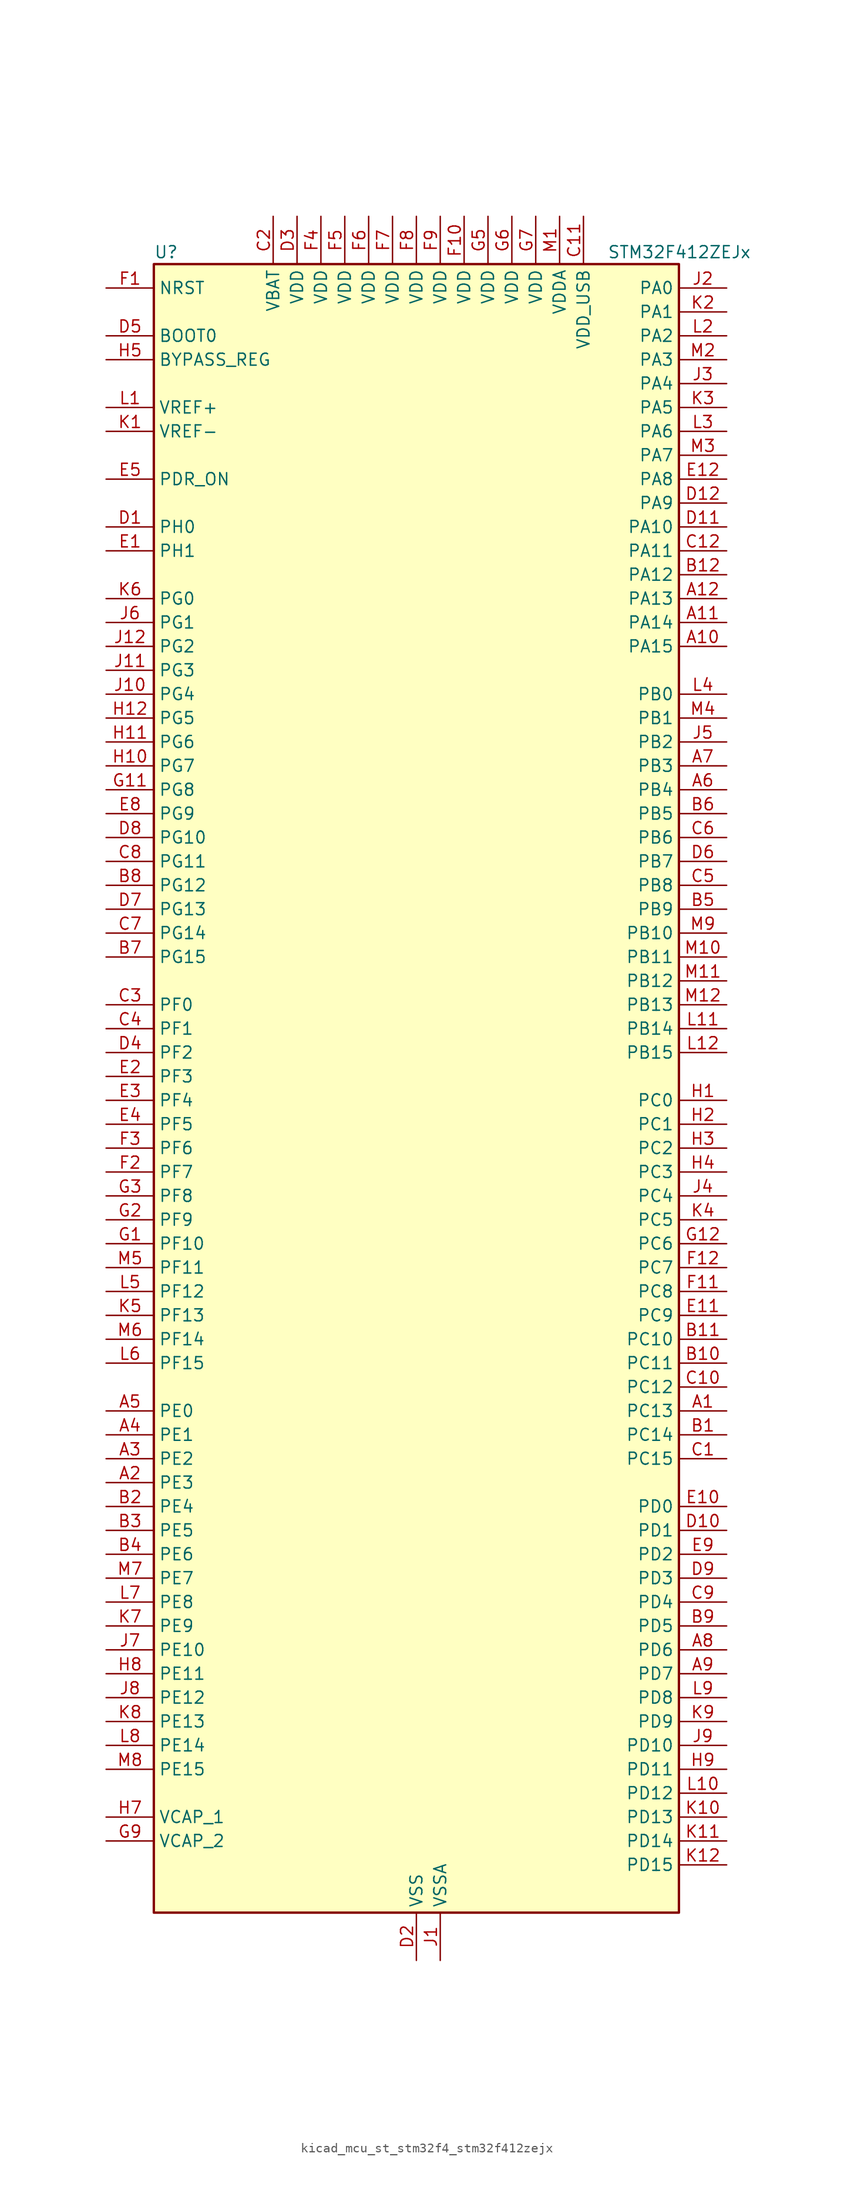
<source format=kicad_sym>
(kicad_symbol_lib
  (version 20220914)
  (generator kicad_symbol_editor)
  (symbol "kicad_mcu_st_stm32f4_stm32f412zejx"
    (property "Reference" "U"
      (at -27.94 90.17 0)
      (effects (font (size 1.27 1.27)) (justify left)))
    (property "Value" "STM32F412ZEJx"
      (at 20.32 90.17 0)
      (effects (font (size 1.27 1.27)) (justify left)))
    (property "ki_locked" ""
      (at 0 0 0)
      (effects (font (size 1.27 1.27))))
    (symbol "kicad_mcu_st_stm32f4_stm32f412zejx_0_1"
      (rectangle (start -27.94 -86.36) (end 27.94 88.9) (stroke (width 0.254) (type default)) (fill (type background))))
    (symbol "kicad_mcu_st_stm32f4_stm32f412zejx_1_1"
      (pin bidirectional line (at 33.02 -33.02 180) (length 5.08) (name "PC13" (effects (font (size 1.27 1.27)))) (number "A1" (effects (font (size 1.27 1.27)))) (alternate "RTC_AF1" bidirectional line))
      (pin bidirectional line (at 33.02 48.26 180) (length 5.08) (name "PA15" (effects (font (size 1.27 1.27)))) (number "A10" (effects (font (size 1.27 1.27)))) (alternate "ADC1_EXTI15" bidirectional line) (alternate "I2S1_WS" bidirectional line) (alternate "I2S3_WS" bidirectional line) (alternate "SPI1_NSS" bidirectional line) (alternate "SPI3_NSS" bidirectional line) (alternate "SYS_JTDI" bidirectional line) (alternate "TIM2_CH1" bidirectional line) (alternate "TIM2_ETR" bidirectional line) (alternate "USART1_TX" bidirectional line))
      (pin bidirectional line (at 33.02 50.8 180) (length 5.08) (name "PA14" (effects (font (size 1.27 1.27)))) (number "A11" (effects (font (size 1.27 1.27)))) (alternate "SYS_JTCK-SWCLK" bidirectional line))
      (pin bidirectional line (at 33.02 53.34 180) (length 5.08) (name "PA13" (effects (font (size 1.27 1.27)))) (number "A12" (effects (font (size 1.27 1.27)))) (alternate "SYS_JTMS-SWDIO" bidirectional line))
      (pin bidirectional line (at -33.02 -40.64 0) (length 5.08) (name "PE3" (effects (font (size 1.27 1.27)))) (number "A2" (effects (font (size 1.27 1.27)))) (alternate "FSMC_A19" bidirectional line) (alternate "SYS_TRACED0" bidirectional line))
      (pin bidirectional line (at -33.02 -38.1 0) (length 5.08) (name "PE2" (effects (font (size 1.27 1.27)))) (number "A3" (effects (font (size 1.27 1.27)))) (alternate "FSMC_A23" bidirectional line) (alternate "I2S4_CK" bidirectional line) (alternate "I2S5_CK" bidirectional line) (alternate "QUADSPI_BK1_IO2" bidirectional line) (alternate "SPI4_SCK" bidirectional line) (alternate "SPI5_SCK" bidirectional line) (alternate "SYS_TRACECLK" bidirectional line))
      (pin bidirectional line (at -33.02 -35.56 0) (length 5.08) (name "PE1" (effects (font (size 1.27 1.27)))) (number "A4" (effects (font (size 1.27 1.27)))) (alternate "FSMC_NBL1" bidirectional line))
      (pin bidirectional line (at -33.02 -33.02 0) (length 5.08) (name "PE0" (effects (font (size 1.27 1.27)))) (number "A5" (effects (font (size 1.27 1.27)))) (alternate "FSMC_NBL0" bidirectional line) (alternate "TIM4_ETR" bidirectional line))
      (pin bidirectional line (at 33.02 33.02 180) (length 5.08) (name "PB4" (effects (font (size 1.27 1.27)))) (number "A6" (effects (font (size 1.27 1.27)))) (alternate "I2C3_SDA" bidirectional line) (alternate "I2S3_ext_SD" bidirectional line) (alternate "SDIO_D0" bidirectional line) (alternate "SPI1_MISO" bidirectional line) (alternate "SPI3_MISO" bidirectional line) (alternate "SYS_JTRST" bidirectional line) (alternate "TIM3_CH1" bidirectional line))
      (pin bidirectional line (at 33.02 35.56 180) (length 5.08) (name "PB3" (effects (font (size 1.27 1.27)))) (number "A7" (effects (font (size 1.27 1.27)))) (alternate "FMPI2C1_SDA" bidirectional line) (alternate "I2C2_SDA" bidirectional line) (alternate "I2S1_CK" bidirectional line) (alternate "I2S3_CK" bidirectional line) (alternate "SPI1_SCK" bidirectional line) (alternate "SPI3_SCK" bidirectional line) (alternate "SYS_JTDO-SWO" bidirectional line) (alternate "TIM2_CH2" bidirectional line) (alternate "USART1_RX" bidirectional line))
      (pin bidirectional line (at 33.02 -58.42 180) (length 5.08) (name "PD6" (effects (font (size 1.27 1.27)))) (number "A8" (effects (font (size 1.27 1.27)))) (alternate "DFSDM1_DATIN1" bidirectional line) (alternate "FSMC_NWAIT" bidirectional line) (alternate "I2S3_SD" bidirectional line) (alternate "SPI3_MOSI" bidirectional line) (alternate "USART2_RX" bidirectional line))
      (pin bidirectional line (at 33.02 -60.96 180) (length 5.08) (name "PD7" (effects (font (size 1.27 1.27)))) (number "A9" (effects (font (size 1.27 1.27)))) (alternate "DFSDM1_CKIN1" bidirectional line) (alternate "FSMC_NE1" bidirectional line) (alternate "USART2_CK" bidirectional line))
      (pin bidirectional line (at 33.02 -35.56 180) (length 5.08) (name "PC14" (effects (font (size 1.27 1.27)))) (number "B1" (effects (font (size 1.27 1.27)))) (alternate "RCC_OSC32_IN" bidirectional line))
      (pin bidirectional line (at 33.02 -27.94 180) (length 5.08) (name "PC11" (effects (font (size 1.27 1.27)))) (number "B10" (effects (font (size 1.27 1.27)))) (alternate "ADC1_EXTI11" bidirectional line) (alternate "FSMC_D2" bidirectional line) (alternate "FSMC_DA2" bidirectional line) (alternate "I2S3_ext_SD" bidirectional line) (alternate "QUADSPI_BK2_NCS" bidirectional line) (alternate "SDIO_D3" bidirectional line) (alternate "SPI3_MISO" bidirectional line) (alternate "USART3_RX" bidirectional line))
      (pin bidirectional line (at 33.02 -25.4 180) (length 5.08) (name "PC10" (effects (font (size 1.27 1.27)))) (number "B11" (effects (font (size 1.27 1.27)))) (alternate "I2S3_CK" bidirectional line) (alternate "QUADSPI_BK1_IO1" bidirectional line) (alternate "SDIO_D2" bidirectional line) (alternate "SPI3_SCK" bidirectional line) (alternate "USART3_TX" bidirectional line))
      (pin bidirectional line (at 33.02 55.88 180) (length 5.08) (name "PA12" (effects (font (size 1.27 1.27)))) (number "B12" (effects (font (size 1.27 1.27)))) (alternate "CAN1_TX" bidirectional line) (alternate "SPI5_MISO" bidirectional line) (alternate "TIM1_ETR" bidirectional line) (alternate "USART1_RTS" bidirectional line) (alternate "USART6_RX" bidirectional line) (alternate "USB_OTG_FS_DP" bidirectional line))
      (pin bidirectional line (at -33.02 -43.18 0) (length 5.08) (name "PE4" (effects (font (size 1.27 1.27)))) (number "B2" (effects (font (size 1.27 1.27)))) (alternate "DFSDM1_DATIN3" bidirectional line) (alternate "FSMC_A20" bidirectional line) (alternate "I2S4_WS" bidirectional line) (alternate "I2S5_WS" bidirectional line) (alternate "SPI4_NSS" bidirectional line) (alternate "SPI5_NSS" bidirectional line) (alternate "SYS_TRACED1" bidirectional line))
      (pin bidirectional line (at -33.02 -45.72 0) (length 5.08) (name "PE5" (effects (font (size 1.27 1.27)))) (number "B3" (effects (font (size 1.27 1.27)))) (alternate "DFSDM1_CKIN3" bidirectional line) (alternate "FSMC_A21" bidirectional line) (alternate "SPI4_MISO" bidirectional line) (alternate "SPI5_MISO" bidirectional line) (alternate "SYS_TRACED2" bidirectional line) (alternate "TIM9_CH1" bidirectional line))
      (pin bidirectional line (at -33.02 -48.26 0) (length 5.08) (name "PE6" (effects (font (size 1.27 1.27)))) (number "B4" (effects (font (size 1.27 1.27)))) (alternate "FSMC_A22" bidirectional line) (alternate "I2S4_SD" bidirectional line) (alternate "I2S5_SD" bidirectional line) (alternate "SPI4_MOSI" bidirectional line) (alternate "SPI5_MOSI" bidirectional line) (alternate "SYS_TRACED3" bidirectional line) (alternate "TIM9_CH2" bidirectional line))
      (pin bidirectional line (at 33.02 20.32 180) (length 5.08) (name "PB9" (effects (font (size 1.27 1.27)))) (number "B5" (effects (font (size 1.27 1.27)))) (alternate "CAN1_TX" bidirectional line) (alternate "I2C1_SDA" bidirectional line) (alternate "I2C2_SDA" bidirectional line) (alternate "I2S2_WS" bidirectional line) (alternate "SDIO_D5" bidirectional line) (alternate "SPI2_NSS" bidirectional line) (alternate "TIM11_CH1" bidirectional line) (alternate "TIM4_CH4" bidirectional line))
      (pin bidirectional line (at 33.02 30.48 180) (length 5.08) (name "PB5" (effects (font (size 1.27 1.27)))) (number "B6" (effects (font (size 1.27 1.27)))) (alternate "CAN2_RX" bidirectional line) (alternate "I2C1_SMBA" bidirectional line) (alternate "I2S1_SD" bidirectional line) (alternate "I2S3_SD" bidirectional line) (alternate "SDIO_D3" bidirectional line) (alternate "SPI1_MOSI" bidirectional line) (alternate "SPI3_MOSI" bidirectional line) (alternate "TIM3_CH2" bidirectional line))
      (pin bidirectional line (at -33.02 15.24 0) (length 5.08) (name "PG15" (effects (font (size 1.27 1.27)))) (number "B7" (effects (font (size 1.27 1.27)))) (alternate "ADC1_EXTI15" bidirectional line) (alternate "USART6_CTS" bidirectional line))
      (pin bidirectional line (at -33.02 22.86 0) (length 5.08) (name "PG12" (effects (font (size 1.27 1.27)))) (number "B8" (effects (font (size 1.27 1.27)))) (alternate "CAN2_TX" bidirectional line) (alternate "FSMC_NE4" bidirectional line) (alternate "USART6_RTS" bidirectional line))
      (pin bidirectional line (at 33.02 -55.88 180) (length 5.08) (name "PD5" (effects (font (size 1.27 1.27)))) (number "B9" (effects (font (size 1.27 1.27)))) (alternate "FSMC_NWE" bidirectional line) (alternate "USART2_TX" bidirectional line))
      (pin bidirectional line (at 33.02 -38.1 180) (length 5.08) (name "PC15" (effects (font (size 1.27 1.27)))) (number "C1" (effects (font (size 1.27 1.27)))) (alternate "ADC1_EXTI15" bidirectional line) (alternate "RCC_OSC32_OUT" bidirectional line))
      (pin bidirectional line (at 33.02 -30.48 180) (length 5.08) (name "PC12" (effects (font (size 1.27 1.27)))) (number "C10" (effects (font (size 1.27 1.27)))) (alternate "FSMC_D3" bidirectional line) (alternate "FSMC_DA3" bidirectional line) (alternate "I2S3_SD" bidirectional line) (alternate "SDIO_CK" bidirectional line) (alternate "SPI3_MOSI" bidirectional line) (alternate "USART3_CK" bidirectional line))
      (pin power_in line (at 17.78 93.98 270) (length 5.08) (name "VDD_USB" (effects (font (size 1.27 1.27)))) (number "C11" (effects (font (size 1.27 1.27)))))
      (pin bidirectional line (at 33.02 58.42 180) (length 5.08) (name "PA11" (effects (font (size 1.27 1.27)))) (number "C12" (effects (font (size 1.27 1.27)))) (alternate "ADC1_EXTI11" bidirectional line) (alternate "CAN1_RX" bidirectional line) (alternate "SPI4_MISO" bidirectional line) (alternate "TIM1_CH4" bidirectional line) (alternate "USART1_CTS" bidirectional line) (alternate "USART6_TX" bidirectional line) (alternate "USB_OTG_FS_DM" bidirectional line))
      (pin power_in line (at -15.24 93.98 270) (length 5.08) (name "VBAT" (effects (font (size 1.27 1.27)))) (number "C2" (effects (font (size 1.27 1.27)))))
      (pin bidirectional line (at -33.02 10.16 0) (length 5.08) (name "PF0" (effects (font (size 1.27 1.27)))) (number "C3" (effects (font (size 1.27 1.27)))) (alternate "FSMC_A0" bidirectional line) (alternate "I2C2_SDA" bidirectional line))
      (pin bidirectional line (at -33.02 7.62 0) (length 5.08) (name "PF1" (effects (font (size 1.27 1.27)))) (number "C4" (effects (font (size 1.27 1.27)))) (alternate "FSMC_A1" bidirectional line) (alternate "I2C2_SCL" bidirectional line))
      (pin bidirectional line (at 33.02 22.86 180) (length 5.08) (name "PB8" (effects (font (size 1.27 1.27)))) (number "C5" (effects (font (size 1.27 1.27)))) (alternate "CAN1_RX" bidirectional line) (alternate "I2C1_SCL" bidirectional line) (alternate "I2C3_SDA" bidirectional line) (alternate "I2S5_SD" bidirectional line) (alternate "SDIO_D4" bidirectional line) (alternate "SPI5_MOSI" bidirectional line) (alternate "TIM10_CH1" bidirectional line) (alternate "TIM4_CH3" bidirectional line))
      (pin bidirectional line (at 33.02 27.94 180) (length 5.08) (name "PB6" (effects (font (size 1.27 1.27)))) (number "C6" (effects (font (size 1.27 1.27)))) (alternate "CAN2_TX" bidirectional line) (alternate "I2C1_SCL" bidirectional line) (alternate "QUADSPI_BK1_NCS" bidirectional line) (alternate "SDIO_D0" bidirectional line) (alternate "TIM4_CH1" bidirectional line) (alternate "USART1_TX" bidirectional line))
      (pin bidirectional line (at -33.02 17.78 0) (length 5.08) (name "PG14" (effects (font (size 1.27 1.27)))) (number "C7" (effects (font (size 1.27 1.27)))) (alternate "FSMC_A25" bidirectional line) (alternate "QUADSPI_BK2_IO3" bidirectional line) (alternate "SYS_TRACED3" bidirectional line) (alternate "USART6_TX" bidirectional line))
      (pin bidirectional line (at -33.02 25.4 0) (length 5.08) (name "PG11" (effects (font (size 1.27 1.27)))) (number "C8" (effects (font (size 1.27 1.27)))) (alternate "ADC1_EXTI11" bidirectional line) (alternate "CAN2_RX" bidirectional line))
      (pin bidirectional line (at 33.02 -53.34 180) (length 5.08) (name "PD4" (effects (font (size 1.27 1.27)))) (number "C9" (effects (font (size 1.27 1.27)))) (alternate "DFSDM1_CKIN0" bidirectional line) (alternate "FSMC_NOE" bidirectional line) (alternate "USART2_RTS" bidirectional line))
      (pin bidirectional line (at -33.02 60.96 0) (length 5.08) (name "PH0" (effects (font (size 1.27 1.27)))) (number "D1" (effects (font (size 1.27 1.27)))) (alternate "RCC_OSC_IN" bidirectional line))
      (pin bidirectional line (at 33.02 -45.72 180) (length 5.08) (name "PD1" (effects (font (size 1.27 1.27)))) (number "D10" (effects (font (size 1.27 1.27)))) (alternate "CAN1_TX" bidirectional line) (alternate "FSMC_D3" bidirectional line) (alternate "FSMC_DA3" bidirectional line))
      (pin bidirectional line (at 33.02 60.96 180) (length 5.08) (name "PA10" (effects (font (size 1.27 1.27)))) (number "D11" (effects (font (size 1.27 1.27)))) (alternate "I2S5_SD" bidirectional line) (alternate "SPI5_MOSI" bidirectional line) (alternate "TIM1_CH3" bidirectional line) (alternate "USART1_RX" bidirectional line) (alternate "USB_OTG_FS_ID" bidirectional line))
      (pin bidirectional line (at 33.02 63.5 180) (length 5.08) (name "PA9" (effects (font (size 1.27 1.27)))) (number "D12" (effects (font (size 1.27 1.27)))) (alternate "I2C3_SMBA" bidirectional line) (alternate "SDIO_D2" bidirectional line) (alternate "TIM1_CH2" bidirectional line) (alternate "USART1_TX" bidirectional line) (alternate "USB_OTG_FS_VBUS" bidirectional line))
      (pin power_in line (at 0 -91.44 90) (length 5.08) (name "VSS" (effects (font (size 1.27 1.27)))) (number "D2" (effects (font (size 1.27 1.27)))))
      (pin power_in line (at -12.7 93.98 270) (length 5.08) (name "VDD" (effects (font (size 1.27 1.27)))) (number "D3" (effects (font (size 1.27 1.27)))))
      (pin bidirectional line (at -33.02 5.08 0) (length 5.08) (name "PF2" (effects (font (size 1.27 1.27)))) (number "D4" (effects (font (size 1.27 1.27)))) (alternate "FSMC_A2" bidirectional line) (alternate "I2C2_SMBA" bidirectional line))
      (pin input line (at -33.02 81.28 0) (length 5.08) (name "BOOT0" (effects (font (size 1.27 1.27)))) (number "D5" (effects (font (size 1.27 1.27)))))
      (pin bidirectional line (at 33.02 25.4 180) (length 5.08) (name "PB7" (effects (font (size 1.27 1.27)))) (number "D6" (effects (font (size 1.27 1.27)))) (alternate "FSMC_NL" bidirectional line) (alternate "I2C1_SDA" bidirectional line) (alternate "TIM4_CH2" bidirectional line) (alternate "USART1_RX" bidirectional line))
      (pin bidirectional line (at -33.02 20.32 0) (length 5.08) (name "PG13" (effects (font (size 1.27 1.27)))) (number "D7" (effects (font (size 1.27 1.27)))) (alternate "FSMC_A24" bidirectional line) (alternate "SYS_TRACED2" bidirectional line) (alternate "USART6_CTS" bidirectional line))
      (pin bidirectional line (at -33.02 27.94 0) (length 5.08) (name "PG10" (effects (font (size 1.27 1.27)))) (number "D8" (effects (font (size 1.27 1.27)))) (alternate "FSMC_NE3" bidirectional line))
      (pin bidirectional line (at 33.02 -50.8 180) (length 5.08) (name "PD3" (effects (font (size 1.27 1.27)))) (number "D9" (effects (font (size 1.27 1.27)))) (alternate "DFSDM1_DATIN0" bidirectional line) (alternate "FSMC_CLK" bidirectional line) (alternate "I2S2_CK" bidirectional line) (alternate "QUADSPI_CLK" bidirectional line) (alternate "SPI2_SCK" bidirectional line) (alternate "SYS_TRACED1" bidirectional line) (alternate "USART2_CTS" bidirectional line))
      (pin bidirectional line (at -33.02 58.42 0) (length 5.08) (name "PH1" (effects (font (size 1.27 1.27)))) (number "E1" (effects (font (size 1.27 1.27)))) (alternate "RCC_OSC_OUT" bidirectional line))
      (pin bidirectional line (at 33.02 -43.18 180) (length 5.08) (name "PD0" (effects (font (size 1.27 1.27)))) (number "E10" (effects (font (size 1.27 1.27)))) (alternate "CAN1_RX" bidirectional line) (alternate "FSMC_D2" bidirectional line) (alternate "FSMC_DA2" bidirectional line))
      (pin bidirectional line (at 33.02 -22.86 180) (length 5.08) (name "PC9" (effects (font (size 1.27 1.27)))) (number "E11" (effects (font (size 1.27 1.27)))) (alternate "I2C3_SDA" bidirectional line) (alternate "I2S_CKIN" bidirectional line) (alternate "QUADSPI_BK1_IO0" bidirectional line) (alternate "RCC_MCO_2" bidirectional line) (alternate "SDIO_D1" bidirectional line) (alternate "TIM3_CH4" bidirectional line) (alternate "TIM8_CH4" bidirectional line))
      (pin bidirectional line (at 33.02 66.04 180) (length 5.08) (name "PA8" (effects (font (size 1.27 1.27)))) (number "E12" (effects (font (size 1.27 1.27)))) (alternate "I2C3_SCL" bidirectional line) (alternate "RCC_MCO_1" bidirectional line) (alternate "SDIO_D1" bidirectional line) (alternate "TIM1_CH1" bidirectional line) (alternate "USART1_CK" bidirectional line) (alternate "USB_OTG_FS_SOF" bidirectional line))
      (pin bidirectional line (at -33.02 2.54 0) (length 5.08) (name "PF3" (effects (font (size 1.27 1.27)))) (number "E2" (effects (font (size 1.27 1.27)))) (alternate "FSMC_A3" bidirectional line) (alternate "TIM5_CH1" bidirectional line))
      (pin bidirectional line (at -33.02 0 0) (length 5.08) (name "PF4" (effects (font (size 1.27 1.27)))) (number "E3" (effects (font (size 1.27 1.27)))) (alternate "FSMC_A4" bidirectional line) (alternate "TIM5_CH2" bidirectional line))
      (pin bidirectional line (at -33.02 -2.54 0) (length 5.08) (name "PF5" (effects (font (size 1.27 1.27)))) (number "E4" (effects (font (size 1.27 1.27)))) (alternate "FSMC_A5" bidirectional line) (alternate "TIM5_CH3" bidirectional line))
      (pin input line (at -33.02 66.04 0) (length 5.08) (name "PDR_ON" (effects (font (size 1.27 1.27)))) (number "E5" (effects (font (size 1.27 1.27)))))
      (pin passive line (at 0 -91.44 90) (length 5.08) hide (name "VSS" (effects (font (size 1.27 1.27)))) (number "E6" (effects (font (size 1.27 1.27)))))
      (pin passive line (at 0 -91.44 90) (length 5.08) hide (name "VSS" (effects (font (size 1.27 1.27)))) (number "E7" (effects (font (size 1.27 1.27)))))
      (pin bidirectional line (at -33.02 30.48 0) (length 5.08) (name "PG9" (effects (font (size 1.27 1.27)))) (number "E8" (effects (font (size 1.27 1.27)))) (alternate "FSMC_NE2" bidirectional line) (alternate "QUADSPI_BK2_IO2" bidirectional line) (alternate "USART6_RX" bidirectional line))
      (pin bidirectional line (at 33.02 -48.26 180) (length 5.08) (name "PD2" (effects (font (size 1.27 1.27)))) (number "E9" (effects (font (size 1.27 1.27)))) (alternate "FSMC_NWE" bidirectional line) (alternate "SDIO_CMD" bidirectional line) (alternate "TIM3_ETR" bidirectional line))
      (pin input line (at -33.02 86.36 0) (length 5.08) (name "NRST" (effects (font (size 1.27 1.27)))) (number "F1" (effects (font (size 1.27 1.27)))))
      (pin power_in line (at 5.08 93.98 270) (length 5.08) (name "VDD" (effects (font (size 1.27 1.27)))) (number "F10" (effects (font (size 1.27 1.27)))))
      (pin bidirectional line (at 33.02 -20.32 180) (length 5.08) (name "PC8" (effects (font (size 1.27 1.27)))) (number "F11" (effects (font (size 1.27 1.27)))) (alternate "QUADSPI_BK1_IO2" bidirectional line) (alternate "SDIO_D0" bidirectional line) (alternate "TIM3_CH3" bidirectional line) (alternate "TIM8_CH3" bidirectional line) (alternate "USART6_CK" bidirectional line))
      (pin bidirectional line (at 33.02 -17.78 180) (length 5.08) (name "PC7" (effects (font (size 1.27 1.27)))) (number "F12" (effects (font (size 1.27 1.27)))) (alternate "DFSDM1_DATIN3" bidirectional line) (alternate "FMPI2C1_SDA" bidirectional line) (alternate "I2S2_CK" bidirectional line) (alternate "I2S3_MCK" bidirectional line) (alternate "SDIO_D7" bidirectional line) (alternate "SPI2_SCK" bidirectional line) (alternate "TIM3_CH2" bidirectional line) (alternate "TIM8_CH2" bidirectional line) (alternate "USART6_RX" bidirectional line))
      (pin bidirectional line (at -33.02 -7.62 0) (length 5.08) (name "PF7" (effects (font (size 1.27 1.27)))) (number "F2" (effects (font (size 1.27 1.27)))) (alternate "QUADSPI_BK1_IO2" bidirectional line) (alternate "SYS_TRACED1" bidirectional line) (alternate "TIM11_CH1" bidirectional line))
      (pin bidirectional line (at -33.02 -5.08 0) (length 5.08) (name "PF6" (effects (font (size 1.27 1.27)))) (number "F3" (effects (font (size 1.27 1.27)))) (alternate "QUADSPI_BK1_IO3" bidirectional line) (alternate "SYS_TRACED0" bidirectional line) (alternate "TIM10_CH1" bidirectional line))
      (pin power_in line (at -10.16 93.98 270) (length 5.08) (name "VDD" (effects (font (size 1.27 1.27)))) (number "F4" (effects (font (size 1.27 1.27)))))
      (pin power_in line (at -7.62 93.98 270) (length 5.08) (name "VDD" (effects (font (size 1.27 1.27)))) (number "F5" (effects (font (size 1.27 1.27)))))
      (pin power_in line (at -5.08 93.98 270) (length 5.08) (name "VDD" (effects (font (size 1.27 1.27)))) (number "F6" (effects (font (size 1.27 1.27)))))
      (pin power_in line (at -2.54 93.98 270) (length 5.08) (name "VDD" (effects (font (size 1.27 1.27)))) (number "F7" (effects (font (size 1.27 1.27)))))
      (pin power_in line (at 0 93.98 270) (length 5.08) (name "VDD" (effects (font (size 1.27 1.27)))) (number "F8" (effects (font (size 1.27 1.27)))))
      (pin power_in line (at 2.54 93.98 270) (length 5.08) (name "VDD" (effects (font (size 1.27 1.27)))) (number "F9" (effects (font (size 1.27 1.27)))))
      (pin bidirectional line (at -33.02 -15.24 0) (length 5.08) (name "PF10" (effects (font (size 1.27 1.27)))) (number "G1" (effects (font (size 1.27 1.27)))) (alternate "TIM1_ETR" bidirectional line) (alternate "TIM5_CH4" bidirectional line))
      (pin passive line (at 0 -91.44 90) (length 5.08) hide (name "VSS" (effects (font (size 1.27 1.27)))) (number "G10" (effects (font (size 1.27 1.27)))))
      (pin bidirectional line (at -33.02 33.02 0) (length 5.08) (name "PG8" (effects (font (size 1.27 1.27)))) (number "G11" (effects (font (size 1.27 1.27)))) (alternate "USART6_RTS" bidirectional line))
      (pin bidirectional line (at 33.02 -15.24 180) (length 5.08) (name "PC6" (effects (font (size 1.27 1.27)))) (number "G12" (effects (font (size 1.27 1.27)))) (alternate "DFSDM1_CKIN3" bidirectional line) (alternate "FMPI2C1_SCL" bidirectional line) (alternate "FSMC_D1" bidirectional line) (alternate "FSMC_DA1" bidirectional line) (alternate "I2S2_MCK" bidirectional line) (alternate "SDIO_D6" bidirectional line) (alternate "TIM3_CH1" bidirectional line) (alternate "TIM8_CH1" bidirectional line) (alternate "USART6_TX" bidirectional line))
      (pin bidirectional line (at -33.02 -12.7 0) (length 5.08) (name "PF9" (effects (font (size 1.27 1.27)))) (number "G2" (effects (font (size 1.27 1.27)))) (alternate "QUADSPI_BK1_IO1" bidirectional line) (alternate "TIM14_CH1" bidirectional line))
      (pin bidirectional line (at -33.02 -10.16 0) (length 5.08) (name "PF8" (effects (font (size 1.27 1.27)))) (number "G3" (effects (font (size 1.27 1.27)))) (alternate "QUADSPI_BK1_IO0" bidirectional line) (alternate "TIM13_CH1" bidirectional line))
      (pin passive line (at 0 -91.44 90) (length 5.08) hide (name "VSS" (effects (font (size 1.27 1.27)))) (number "G4" (effects (font (size 1.27 1.27)))))
      (pin power_in line (at 7.62 93.98 270) (length 5.08) (name "VDD" (effects (font (size 1.27 1.27)))) (number "G5" (effects (font (size 1.27 1.27)))))
      (pin power_in line (at 10.16 93.98 270) (length 5.08) (name "VDD" (effects (font (size 1.27 1.27)))) (number "G6" (effects (font (size 1.27 1.27)))))
      (pin power_in line (at 12.7 93.98 270) (length 5.08) (name "VDD" (effects (font (size 1.27 1.27)))) (number "G7" (effects (font (size 1.27 1.27)))))
      (pin passive line (at 0 -91.44 90) (length 5.08) hide (name "VSS" (effects (font (size 1.27 1.27)))) (number "G8" (effects (font (size 1.27 1.27)))))
      (pin power_out line (at -33.02 -78.74 0) (length 5.08) (name "VCAP_2" (effects (font (size 1.27 1.27)))) (number "G9" (effects (font (size 1.27 1.27)))))
      (pin bidirectional line (at 33.02 0 180) (length 5.08) (name "PC0" (effects (font (size 1.27 1.27)))) (number "H1" (effects (font (size 1.27 1.27)))) (alternate "ADC1_IN10" bidirectional line) (alternate "SYS_WKUP2" bidirectional line))
      (pin bidirectional line (at -33.02 35.56 0) (length 5.08) (name "PG7" (effects (font (size 1.27 1.27)))) (number "H10" (effects (font (size 1.27 1.27)))) (alternate "USART6_CK" bidirectional line))
      (pin bidirectional line (at -33.02 38.1 0) (length 5.08) (name "PG6" (effects (font (size 1.27 1.27)))) (number "H11" (effects (font (size 1.27 1.27)))) (alternate "QUADSPI_BK1_NCS" bidirectional line))
      (pin bidirectional line (at -33.02 40.64 0) (length 5.08) (name "PG5" (effects (font (size 1.27 1.27)))) (number "H12" (effects (font (size 1.27 1.27)))) (alternate "FSMC_A15" bidirectional line))
      (pin bidirectional line (at 33.02 -2.54 180) (length 5.08) (name "PC1" (effects (font (size 1.27 1.27)))) (number "H2" (effects (font (size 1.27 1.27)))) (alternate "ADC1_IN11" bidirectional line) (alternate "SYS_WKUP3" bidirectional line))
      (pin bidirectional line (at 33.02 -5.08 180) (length 5.08) (name "PC2" (effects (font (size 1.27 1.27)))) (number "H3" (effects (font (size 1.27 1.27)))) (alternate "ADC1_IN12" bidirectional line) (alternate "DFSDM1_CKOUT" bidirectional line) (alternate "FSMC_NWE" bidirectional line) (alternate "I2S2_ext_SD" bidirectional line) (alternate "SPI2_MISO" bidirectional line))
      (pin bidirectional line (at 33.02 -7.62 180) (length 5.08) (name "PC3" (effects (font (size 1.27 1.27)))) (number "H4" (effects (font (size 1.27 1.27)))) (alternate "ADC1_IN13" bidirectional line) (alternate "FSMC_A0" bidirectional line) (alternate "I2S2_SD" bidirectional line) (alternate "SPI2_MOSI" bidirectional line))
      (pin input line (at -33.02 78.74 0) (length 5.08) (name "BYPASS_REG" (effects (font (size 1.27 1.27)))) (number "H5" (effects (font (size 1.27 1.27)))))
      (pin passive line (at 0 -91.44 90) (length 5.08) hide (name "VSS" (effects (font (size 1.27 1.27)))) (number "H6" (effects (font (size 1.27 1.27)))))
      (pin power_out line (at -33.02 -76.2 0) (length 5.08) (name "VCAP_1" (effects (font (size 1.27 1.27)))) (number "H7" (effects (font (size 1.27 1.27)))))
      (pin bidirectional line (at -33.02 -60.96 0) (length 5.08) (name "PE11" (effects (font (size 1.27 1.27)))) (number "H8" (effects (font (size 1.27 1.27)))) (alternate "ADC1_EXTI11" bidirectional line) (alternate "FSMC_D8" bidirectional line) (alternate "FSMC_DA8" bidirectional line) (alternate "I2S4_WS" bidirectional line) (alternate "I2S5_WS" bidirectional line) (alternate "SPI4_NSS" bidirectional line) (alternate "SPI5_NSS" bidirectional line) (alternate "TIM1_CH2" bidirectional line))
      (pin bidirectional line (at 33.02 -71.12 180) (length 5.08) (name "PD11" (effects (font (size 1.27 1.27)))) (number "H9" (effects (font (size 1.27 1.27)))) (alternate "ADC1_EXTI11" bidirectional line) (alternate "FMPI2C1_SMBA" bidirectional line) (alternate "FSMC_A16" bidirectional line) (alternate "QUADSPI_BK1_IO0" bidirectional line) (alternate "USART3_CTS" bidirectional line))
      (pin power_in line (at 2.54 -91.44 90) (length 5.08) (name "VSSA" (effects (font (size 1.27 1.27)))) (number "J1" (effects (font (size 1.27 1.27)))))
      (pin bidirectional line (at -33.02 43.18 0) (length 5.08) (name "PG4" (effects (font (size 1.27 1.27)))) (number "J10" (effects (font (size 1.27 1.27)))) (alternate "FSMC_A14" bidirectional line))
      (pin bidirectional line (at -33.02 45.72 0) (length 5.08) (name "PG3" (effects (font (size 1.27 1.27)))) (number "J11" (effects (font (size 1.27 1.27)))) (alternate "FSMC_A13" bidirectional line))
      (pin bidirectional line (at -33.02 48.26 0) (length 5.08) (name "PG2" (effects (font (size 1.27 1.27)))) (number "J12" (effects (font (size 1.27 1.27)))) (alternate "FSMC_A12" bidirectional line))
      (pin bidirectional line (at 33.02 86.36 180) (length 5.08) (name "PA0" (effects (font (size 1.27 1.27)))) (number "J2" (effects (font (size 1.27 1.27)))) (alternate "ADC1_IN0" bidirectional line) (alternate "SYS_WKUP1" bidirectional line) (alternate "TIM2_CH1" bidirectional line) (alternate "TIM2_ETR" bidirectional line) (alternate "TIM5_CH1" bidirectional line) (alternate "TIM8_ETR" bidirectional line) (alternate "USART2_CTS" bidirectional line))
      (pin bidirectional line (at 33.02 76.2 180) (length 5.08) (name "PA4" (effects (font (size 1.27 1.27)))) (number "J3" (effects (font (size 1.27 1.27)))) (alternate "ADC1_IN4" bidirectional line) (alternate "DFSDM1_DATIN1" bidirectional line) (alternate "FSMC_D6" bidirectional line) (alternate "FSMC_DA6" bidirectional line) (alternate "I2S1_WS" bidirectional line) (alternate "I2S3_WS" bidirectional line) (alternate "SPI1_NSS" bidirectional line) (alternate "SPI3_NSS" bidirectional line) (alternate "USART2_CK" bidirectional line))
      (pin bidirectional line (at 33.02 -10.16 180) (length 5.08) (name "PC4" (effects (font (size 1.27 1.27)))) (number "J4" (effects (font (size 1.27 1.27)))) (alternate "ADC1_IN14" bidirectional line) (alternate "FSMC_NE4" bidirectional line) (alternate "I2S1_MCK" bidirectional line) (alternate "QUADSPI_BK2_IO2" bidirectional line))
      (pin bidirectional line (at 33.02 38.1 180) (length 5.08) (name "PB2" (effects (font (size 1.27 1.27)))) (number "J5" (effects (font (size 1.27 1.27)))) (alternate "DFSDM1_CKIN0" bidirectional line) (alternate "QUADSPI_CLK" bidirectional line))
      (pin bidirectional line (at -33.02 50.8 0) (length 5.08) (name "PG1" (effects (font (size 1.27 1.27)))) (number "J6" (effects (font (size 1.27 1.27)))) (alternate "CAN1_TX" bidirectional line) (alternate "FSMC_A11" bidirectional line))
      (pin bidirectional line (at -33.02 -58.42 0) (length 5.08) (name "PE10" (effects (font (size 1.27 1.27)))) (number "J7" (effects (font (size 1.27 1.27)))) (alternate "FSMC_D7" bidirectional line) (alternate "FSMC_DA7" bidirectional line) (alternate "QUADSPI_BK2_IO3" bidirectional line) (alternate "TIM1_CH2N" bidirectional line))
      (pin bidirectional line (at -33.02 -63.5 0) (length 5.08) (name "PE12" (effects (font (size 1.27 1.27)))) (number "J8" (effects (font (size 1.27 1.27)))) (alternate "FSMC_D9" bidirectional line) (alternate "FSMC_DA9" bidirectional line) (alternate "I2S4_CK" bidirectional line) (alternate "I2S5_CK" bidirectional line) (alternate "SPI4_SCK" bidirectional line) (alternate "SPI5_SCK" bidirectional line) (alternate "TIM1_CH3N" bidirectional line))
      (pin bidirectional line (at 33.02 -68.58 180) (length 5.08) (name "PD10" (effects (font (size 1.27 1.27)))) (number "J9" (effects (font (size 1.27 1.27)))) (alternate "FSMC_D15" bidirectional line) (alternate "FSMC_DA15" bidirectional line) (alternate "USART3_CK" bidirectional line))
      (pin input line (at -33.02 71.12 0) (length 5.08) (name "VREF-" (effects (font (size 1.27 1.27)))) (number "K1" (effects (font (size 1.27 1.27)))))
      (pin bidirectional line (at 33.02 -76.2 180) (length 5.08) (name "PD13" (effects (font (size 1.27 1.27)))) (number "K10" (effects (font (size 1.27 1.27)))) (alternate "FMPI2C1_SDA" bidirectional line) (alternate "FSMC_A18" bidirectional line) (alternate "QUADSPI_BK1_IO3" bidirectional line) (alternate "TIM4_CH2" bidirectional line))
      (pin bidirectional line (at 33.02 -78.74 180) (length 5.08) (name "PD14" (effects (font (size 1.27 1.27)))) (number "K11" (effects (font (size 1.27 1.27)))) (alternate "FMPI2C1_SCL" bidirectional line) (alternate "FSMC_D0" bidirectional line) (alternate "FSMC_DA0" bidirectional line) (alternate "TIM4_CH3" bidirectional line))
      (pin bidirectional line (at 33.02 -81.28 180) (length 5.08) (name "PD15" (effects (font (size 1.27 1.27)))) (number "K12" (effects (font (size 1.27 1.27)))) (alternate "ADC1_EXTI15" bidirectional line) (alternate "FMPI2C1_SDA" bidirectional line) (alternate "FSMC_D1" bidirectional line) (alternate "FSMC_DA1" bidirectional line) (alternate "TIM4_CH4" bidirectional line))
      (pin bidirectional line (at 33.02 83.82 180) (length 5.08) (name "PA1" (effects (font (size 1.27 1.27)))) (number "K2" (effects (font (size 1.27 1.27)))) (alternate "ADC1_IN1" bidirectional line) (alternate "I2S4_SD" bidirectional line) (alternate "QUADSPI_BK1_IO3" bidirectional line) (alternate "SPI4_MOSI" bidirectional line) (alternate "TIM2_CH2" bidirectional line) (alternate "TIM5_CH2" bidirectional line) (alternate "USART2_RTS" bidirectional line))
      (pin bidirectional line (at 33.02 73.66 180) (length 5.08) (name "PA5" (effects (font (size 1.27 1.27)))) (number "K3" (effects (font (size 1.27 1.27)))) (alternate "ADC1_IN5" bidirectional line) (alternate "DFSDM1_CKIN1" bidirectional line) (alternate "FSMC_D7" bidirectional line) (alternate "FSMC_DA7" bidirectional line) (alternate "I2S1_CK" bidirectional line) (alternate "SPI1_SCK" bidirectional line) (alternate "TIM2_CH1" bidirectional line) (alternate "TIM2_ETR" bidirectional line) (alternate "TIM8_CH1N" bidirectional line))
      (pin bidirectional line (at 33.02 -12.7 180) (length 5.08) (name "PC5" (effects (font (size 1.27 1.27)))) (number "K4" (effects (font (size 1.27 1.27)))) (alternate "ADC1_IN15" bidirectional line) (alternate "FMPI2C1_SMBA" bidirectional line) (alternate "FSMC_NOE" bidirectional line) (alternate "QUADSPI_BK2_IO3" bidirectional line) (alternate "USART3_RX" bidirectional line))
      (pin bidirectional line (at -33.02 -22.86 0) (length 5.08) (name "PF13" (effects (font (size 1.27 1.27)))) (number "K5" (effects (font (size 1.27 1.27)))) (alternate "FMPI2C1_SMBA" bidirectional line) (alternate "FSMC_A7" bidirectional line))
      (pin bidirectional line (at -33.02 53.34 0) (length 5.08) (name "PG0" (effects (font (size 1.27 1.27)))) (number "K6" (effects (font (size 1.27 1.27)))) (alternate "CAN1_RX" bidirectional line) (alternate "FSMC_A10" bidirectional line))
      (pin bidirectional line (at -33.02 -55.88 0) (length 5.08) (name "PE9" (effects (font (size 1.27 1.27)))) (number "K7" (effects (font (size 1.27 1.27)))) (alternate "DFSDM1_CKOUT" bidirectional line) (alternate "FSMC_D6" bidirectional line) (alternate "FSMC_DA6" bidirectional line) (alternate "QUADSPI_BK2_IO2" bidirectional line) (alternate "TIM1_CH1" bidirectional line))
      (pin bidirectional line (at -33.02 -66.04 0) (length 5.08) (name "PE13" (effects (font (size 1.27 1.27)))) (number "K8" (effects (font (size 1.27 1.27)))) (alternate "FSMC_D10" bidirectional line) (alternate "FSMC_DA10" bidirectional line) (alternate "SPI4_MISO" bidirectional line) (alternate "SPI5_MISO" bidirectional line) (alternate "TIM1_CH3" bidirectional line))
      (pin bidirectional line (at 33.02 -66.04 180) (length 5.08) (name "PD9" (effects (font (size 1.27 1.27)))) (number "K9" (effects (font (size 1.27 1.27)))) (alternate "FSMC_D14" bidirectional line) (alternate "FSMC_DA14" bidirectional line) (alternate "USART3_RX" bidirectional line))
      (pin input line (at -33.02 73.66 0) (length 5.08) (name "VREF+" (effects (font (size 1.27 1.27)))) (number "L1" (effects (font (size 1.27 1.27)))))
      (pin bidirectional line (at 33.02 -73.66 180) (length 5.08) (name "PD12" (effects (font (size 1.27 1.27)))) (number "L10" (effects (font (size 1.27 1.27)))) (alternate "FMPI2C1_SCL" bidirectional line) (alternate "FSMC_A17" bidirectional line) (alternate "QUADSPI_BK1_IO1" bidirectional line) (alternate "TIM4_CH1" bidirectional line) (alternate "USART3_RTS" bidirectional line))
      (pin bidirectional line (at 33.02 7.62 180) (length 5.08) (name "PB14" (effects (font (size 1.27 1.27)))) (number "L11" (effects (font (size 1.27 1.27)))) (alternate "DFSDM1_DATIN2" bidirectional line) (alternate "FMPI2C1_SDA" bidirectional line) (alternate "FSMC_D0" bidirectional line) (alternate "FSMC_DA0" bidirectional line) (alternate "I2S2_ext_SD" bidirectional line) (alternate "SDIO_D6" bidirectional line) (alternate "SPI2_MISO" bidirectional line) (alternate "TIM12_CH1" bidirectional line) (alternate "TIM1_CH2N" bidirectional line) (alternate "TIM8_CH2N" bidirectional line) (alternate "USART3_RTS" bidirectional line))
      (pin bidirectional line (at 33.02 5.08 180) (length 5.08) (name "PB15" (effects (font (size 1.27 1.27)))) (number "L12" (effects (font (size 1.27 1.27)))) (alternate "ADC1_EXTI15" bidirectional line) (alternate "DFSDM1_CKIN2" bidirectional line) (alternate "FMPI2C1_SCL" bidirectional line) (alternate "I2S2_SD" bidirectional line) (alternate "RTC_REFIN" bidirectional line) (alternate "SDIO_CK" bidirectional line) (alternate "SPI2_MOSI" bidirectional line) (alternate "TIM12_CH2" bidirectional line) (alternate "TIM1_CH3N" bidirectional line) (alternate "TIM8_CH3N" bidirectional line))
      (pin bidirectional line (at 33.02 81.28 180) (length 5.08) (name "PA2" (effects (font (size 1.27 1.27)))) (number "L2" (effects (font (size 1.27 1.27)))) (alternate "ADC1_IN2" bidirectional line) (alternate "FSMC_D4" bidirectional line) (alternate "FSMC_DA4" bidirectional line) (alternate "I2S_CKIN" bidirectional line) (alternate "TIM2_CH3" bidirectional line) (alternate "TIM5_CH3" bidirectional line) (alternate "TIM9_CH1" bidirectional line) (alternate "USART2_TX" bidirectional line))
      (pin bidirectional line (at 33.02 71.12 180) (length 5.08) (name "PA6" (effects (font (size 1.27 1.27)))) (number "L3" (effects (font (size 1.27 1.27)))) (alternate "ADC1_IN6" bidirectional line) (alternate "I2S2_MCK" bidirectional line) (alternate "QUADSPI_BK2_IO0" bidirectional line) (alternate "SDIO_CMD" bidirectional line) (alternate "SPI1_MISO" bidirectional line) (alternate "TIM13_CH1" bidirectional line) (alternate "TIM1_BKIN" bidirectional line) (alternate "TIM3_CH1" bidirectional line) (alternate "TIM8_BKIN" bidirectional line))
      (pin bidirectional line (at 33.02 43.18 180) (length 5.08) (name "PB0" (effects (font (size 1.27 1.27)))) (number "L4" (effects (font (size 1.27 1.27)))) (alternate "ADC1_IN8" bidirectional line) (alternate "I2S5_CK" bidirectional line) (alternate "SPI5_SCK" bidirectional line) (alternate "TIM1_CH2N" bidirectional line) (alternate "TIM3_CH3" bidirectional line) (alternate "TIM8_CH2N" bidirectional line))
      (pin bidirectional line (at -33.02 -20.32 0) (length 5.08) (name "PF12" (effects (font (size 1.27 1.27)))) (number "L5" (effects (font (size 1.27 1.27)))) (alternate "FSMC_A6" bidirectional line) (alternate "TIM8_BKIN" bidirectional line))
      (pin bidirectional line (at -33.02 -27.94 0) (length 5.08) (name "PF15" (effects (font (size 1.27 1.27)))) (number "L6" (effects (font (size 1.27 1.27)))) (alternate "ADC1_EXTI15" bidirectional line) (alternate "FMPI2C1_SDA" bidirectional line) (alternate "FSMC_A9" bidirectional line))
      (pin bidirectional line (at -33.02 -53.34 0) (length 5.08) (name "PE8" (effects (font (size 1.27 1.27)))) (number "L7" (effects (font (size 1.27 1.27)))) (alternate "DFSDM1_CKIN2" bidirectional line) (alternate "FSMC_D5" bidirectional line) (alternate "FSMC_DA5" bidirectional line) (alternate "QUADSPI_BK2_IO1" bidirectional line) (alternate "TIM1_CH1N" bidirectional line))
      (pin bidirectional line (at -33.02 -68.58 0) (length 5.08) (name "PE14" (effects (font (size 1.27 1.27)))) (number "L8" (effects (font (size 1.27 1.27)))) (alternate "FSMC_D11" bidirectional line) (alternate "FSMC_DA11" bidirectional line) (alternate "I2S4_SD" bidirectional line) (alternate "I2S5_SD" bidirectional line) (alternate "SPI4_MOSI" bidirectional line) (alternate "SPI5_MOSI" bidirectional line) (alternate "TIM1_CH4" bidirectional line))
      (pin bidirectional line (at 33.02 -63.5 180) (length 5.08) (name "PD8" (effects (font (size 1.27 1.27)))) (number "L9" (effects (font (size 1.27 1.27)))) (alternate "FSMC_D13" bidirectional line) (alternate "FSMC_DA13" bidirectional line) (alternate "USART3_TX" bidirectional line))
      (pin power_in line (at 15.24 93.98 270) (length 5.08) (name "VDDA" (effects (font (size 1.27 1.27)))) (number "M1" (effects (font (size 1.27 1.27)))))
      (pin bidirectional line (at 33.02 15.24 180) (length 5.08) (name "PB11" (effects (font (size 1.27 1.27)))) (number "M10" (effects (font (size 1.27 1.27)))) (alternate "ADC1_EXTI11" bidirectional line) (alternate "I2C2_SDA" bidirectional line) (alternate "I2S_CKIN" bidirectional line) (alternate "TIM2_CH4" bidirectional line) (alternate "USART3_RX" bidirectional line))
      (pin bidirectional line (at 33.02 12.7 180) (length 5.08) (name "PB12" (effects (font (size 1.27 1.27)))) (number "M11" (effects (font (size 1.27 1.27)))) (alternate "CAN2_RX" bidirectional line) (alternate "DFSDM1_DATIN1" bidirectional line) (alternate "FSMC_D13" bidirectional line) (alternate "FSMC_DA13" bidirectional line) (alternate "I2C2_SMBA" bidirectional line) (alternate "I2S2_WS" bidirectional line) (alternate "I2S3_CK" bidirectional line) (alternate "I2S4_WS" bidirectional line) (alternate "SPI2_NSS" bidirectional line) (alternate "SPI3_SCK" bidirectional line) (alternate "SPI4_NSS" bidirectional line) (alternate "TIM1_BKIN" bidirectional line) (alternate "USART3_CK" bidirectional line))
      (pin bidirectional line (at 33.02 10.16 180) (length 5.08) (name "PB13" (effects (font (size 1.27 1.27)))) (number "M12" (effects (font (size 1.27 1.27)))) (alternate "CAN2_TX" bidirectional line) (alternate "DFSDM1_CKIN1" bidirectional line) (alternate "FMPI2C1_SMBA" bidirectional line) (alternate "I2S2_CK" bidirectional line) (alternate "I2S4_CK" bidirectional line) (alternate "SPI2_SCK" bidirectional line) (alternate "SPI4_SCK" bidirectional line) (alternate "TIM1_CH1N" bidirectional line) (alternate "USART3_CTS" bidirectional line))
      (pin bidirectional line (at 33.02 78.74 180) (length 5.08) (name "PA3" (effects (font (size 1.27 1.27)))) (number "M2" (effects (font (size 1.27 1.27)))) (alternate "ADC1_IN3" bidirectional line) (alternate "FSMC_D5" bidirectional line) (alternate "FSMC_DA5" bidirectional line) (alternate "I2S2_MCK" bidirectional line) (alternate "TIM2_CH4" bidirectional line) (alternate "TIM5_CH4" bidirectional line) (alternate "TIM9_CH2" bidirectional line) (alternate "USART2_RX" bidirectional line))
      (pin bidirectional line (at 33.02 68.58 180) (length 5.08) (name "PA7" (effects (font (size 1.27 1.27)))) (number "M3" (effects (font (size 1.27 1.27)))) (alternate "ADC1_IN7" bidirectional line) (alternate "I2S1_SD" bidirectional line) (alternate "QUADSPI_BK2_IO1" bidirectional line) (alternate "SPI1_MOSI" bidirectional line) (alternate "TIM14_CH1" bidirectional line) (alternate "TIM1_CH1N" bidirectional line) (alternate "TIM3_CH2" bidirectional line) (alternate "TIM8_CH1N" bidirectional line))
      (pin bidirectional line (at 33.02 40.64 180) (length 5.08) (name "PB1" (effects (font (size 1.27 1.27)))) (number "M4" (effects (font (size 1.27 1.27)))) (alternate "ADC1_IN9" bidirectional line) (alternate "DFSDM1_DATIN0" bidirectional line) (alternate "I2S5_WS" bidirectional line) (alternate "QUADSPI_CLK" bidirectional line) (alternate "SPI5_NSS" bidirectional line) (alternate "TIM1_CH3N" bidirectional line) (alternate "TIM3_CH4" bidirectional line) (alternate "TIM8_CH3N" bidirectional line))
      (pin bidirectional line (at -33.02 -17.78 0) (length 5.08) (name "PF11" (effects (font (size 1.27 1.27)))) (number "M5" (effects (font (size 1.27 1.27)))) (alternate "ADC1_EXTI11" bidirectional line) (alternate "TIM8_ETR" bidirectional line))
      (pin bidirectional line (at -33.02 -25.4 0) (length 5.08) (name "PF14" (effects (font (size 1.27 1.27)))) (number "M6" (effects (font (size 1.27 1.27)))) (alternate "FMPI2C1_SCL" bidirectional line) (alternate "FSMC_A8" bidirectional line))
      (pin bidirectional line (at -33.02 -50.8 0) (length 5.08) (name "PE7" (effects (font (size 1.27 1.27)))) (number "M7" (effects (font (size 1.27 1.27)))) (alternate "DFSDM1_DATIN2" bidirectional line) (alternate "FSMC_D4" bidirectional line) (alternate "FSMC_DA4" bidirectional line) (alternate "QUADSPI_BK2_IO0" bidirectional line) (alternate "TIM1_ETR" bidirectional line))
      (pin bidirectional line (at -33.02 -71.12 0) (length 5.08) (name "PE15" (effects (font (size 1.27 1.27)))) (number "M8" (effects (font (size 1.27 1.27)))) (alternate "ADC1_EXTI15" bidirectional line) (alternate "FSMC_D12" bidirectional line) (alternate "FSMC_DA12" bidirectional line) (alternate "TIM1_BKIN" bidirectional line))
      (pin bidirectional line (at 33.02 17.78 180) (length 5.08) (name "PB10" (effects (font (size 1.27 1.27)))) (number "M9" (effects (font (size 1.27 1.27)))) (alternate "FMPI2C1_SCL" bidirectional line) (alternate "I2C2_SCL" bidirectional line) (alternate "I2S2_CK" bidirectional line) (alternate "I2S3_MCK" bidirectional line) (alternate "SDIO_D7" bidirectional line) (alternate "SPI2_SCK" bidirectional line) (alternate "TIM2_CH3" bidirectional line) (alternate "USART3_TX" bidirectional line)))))
</source>
